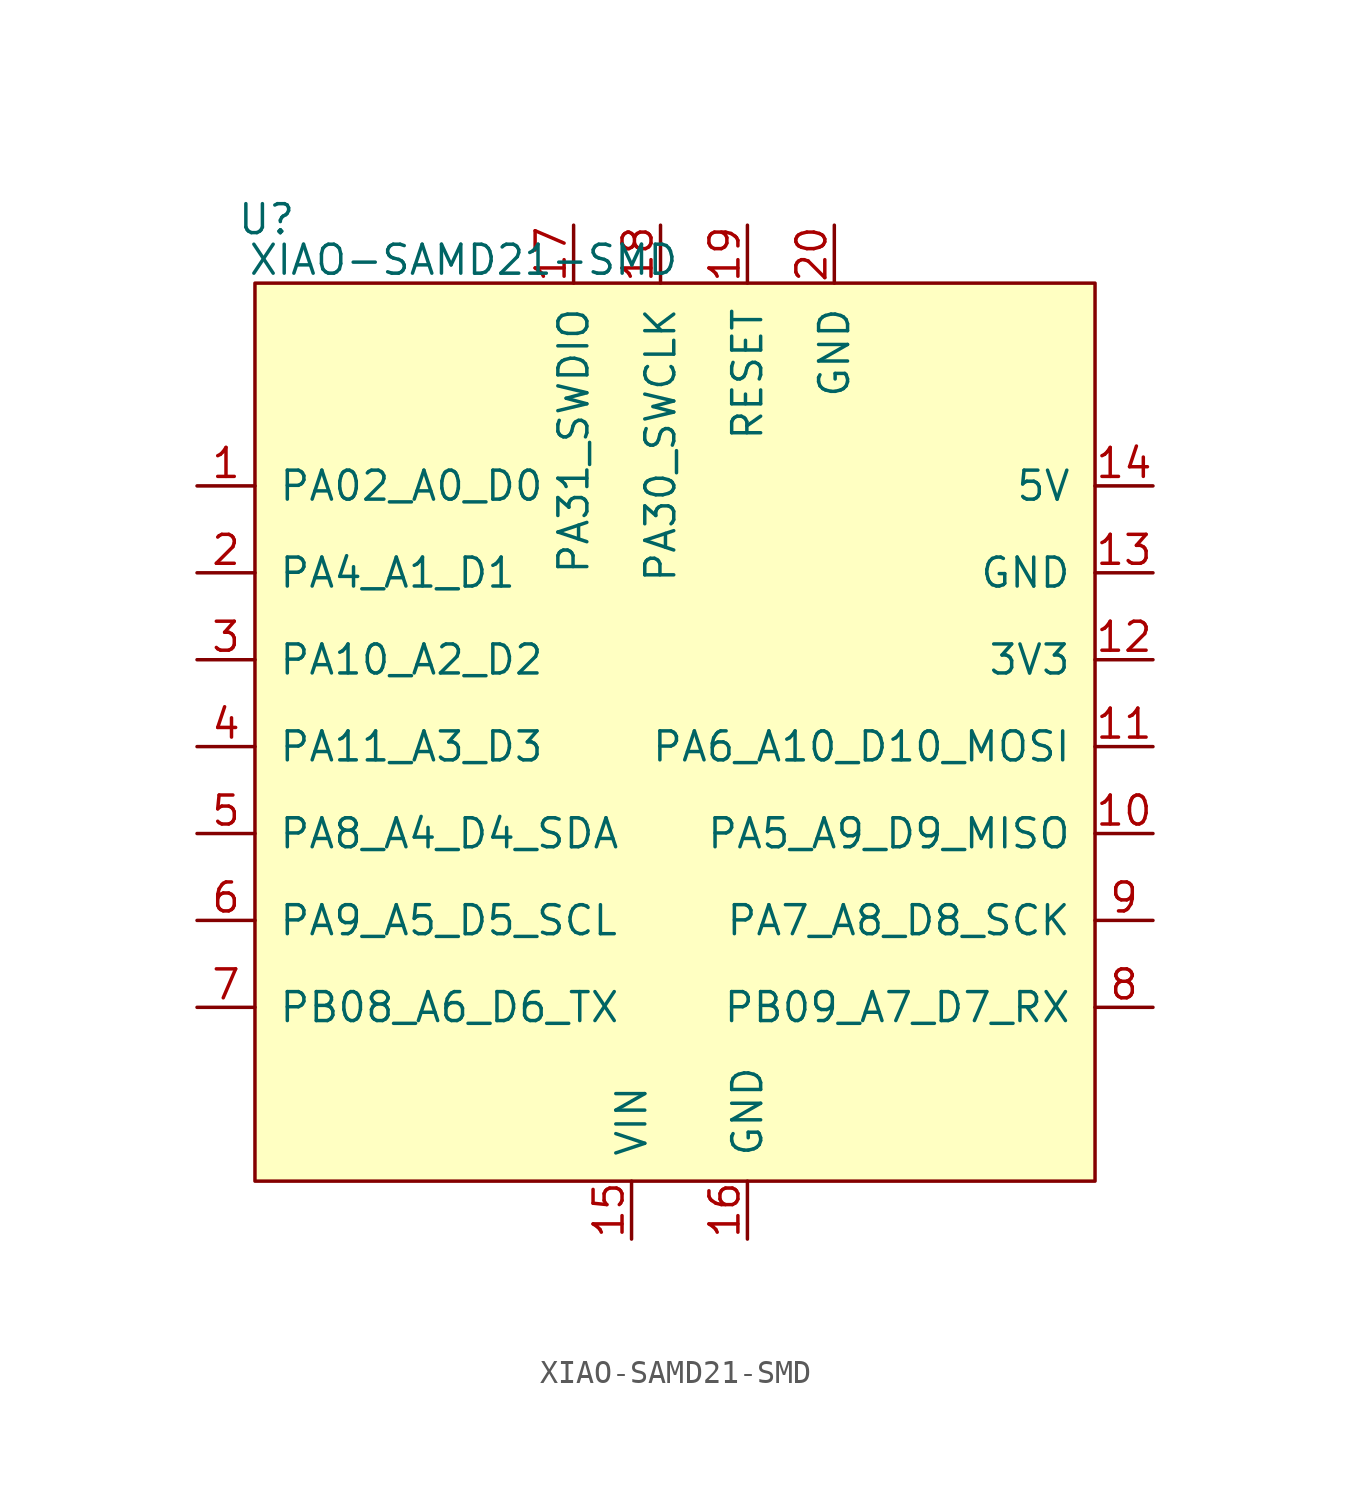
<source format=kicad_sym>
(kicad_symbol_lib
  (version 20231120)
  (generator "kicad_symbol_editor")
  (generator_version "8.0")
  (symbol "XIAO-SAMD21-SMD"
    (pin_names
      (offset 1.016))
    (property "Reference" "U"
      (at -18.542 23.114 0)
      (effects (font (size 1.27 1.27))))
    (property "Value" "XIAO-SAMD21-SMD"
      (at -9.906 21.336 0)
      (effects (font (size 1.27 1.27))))
    (symbol "XIAO-SAMD21-SMD_1_1"
      (rectangle (start -19.05 20.32) (end 17.78 -19.05) (stroke (width 0) (type default)) (fill (type background)))
      (pin passive line (at -21.59 11.43 0) (length 2.54) (name "PA02_A0_D0" (effects (font (size 1.27 1.27)))) (number "1" (effects (font (size 1.27 1.27)))))
      (pin passive line (at 20.32 -3.81 180) (length 2.54) (name "PA5_A9_D9_MISO" (effects (font (size 1.27 1.27)))) (number "10" (effects (font (size 1.27 1.27)))))
      (pin passive line (at 20.32 0 180) (length 2.54) (name "PA6_A10_D10_MOSI" (effects (font (size 1.27 1.27)))) (number "11" (effects (font (size 1.27 1.27)))))
      (pin passive line (at 20.32 3.81 180) (length 2.54) (name "3V3" (effects (font (size 1.27 1.27)))) (number "12" (effects (font (size 1.27 1.27)))))
      (pin passive line (at 20.32 7.62 180) (length 2.54) (name "GND" (effects (font (size 1.27 1.27)))) (number "13" (effects (font (size 1.27 1.27)))))
      (pin passive line (at 20.32 11.43 180) (length 2.54) (name "5V" (effects (font (size 1.27 1.27)))) (number "14" (effects (font (size 1.27 1.27)))))
      (pin passive line (at -2.54 -21.59 90) (length 2.54) (name "VIN" (effects (font (size 1.27 1.27)))) (number "15" (effects (font (size 1.27 1.27)))))
      (pin passive line (at 2.54 -21.59 90) (length 2.54) (name "GND" (effects (font (size 1.27 1.27)))) (number "16" (effects (font (size 1.27 1.27)))))
      (pin passive line (at -5.08 22.86 270) (length 2.54) (name "PA31_SWDIO" (effects (font (size 1.27 1.27)))) (number "17" (effects (font (size 1.27 1.27)))))
      (pin passive line (at -1.27 22.86 270) (length 2.54) (name "PA30_SWCLK" (effects (font (size 1.27 1.27)))) (number "18" (effects (font (size 1.27 1.27)))))
      (pin passive line (at 2.54 22.86 270) (length 2.54) (name "RESET" (effects (font (size 1.27 1.27)))) (number "19" (effects (font (size 1.27 1.27)))))
      (pin passive line (at -21.59 7.62 0) (length 2.54) (name "PA4_A1_D1" (effects (font (size 1.27 1.27)))) (number "2" (effects (font (size 1.27 1.27)))))
      (pin passive line (at 6.35 22.86 270) (length 2.54) (name "GND" (effects (font (size 1.27 1.27)))) (number "20" (effects (font (size 1.27 1.27)))))
      (pin passive line (at -21.59 3.81 0) (length 2.54) (name "PA10_A2_D2" (effects (font (size 1.27 1.27)))) (number "3" (effects (font (size 1.27 1.27)))))
      (pin passive line (at -21.59 0 0) (length 2.54) (name "PA11_A3_D3" (effects (font (size 1.27 1.27)))) (number "4" (effects (font (size 1.27 1.27)))))
      (pin passive line (at -21.59 -3.81 0) (length 2.54) (name "PA8_A4_D4_SDA" (effects (font (size 1.27 1.27)))) (number "5" (effects (font (size 1.27 1.27)))))
      (pin passive line (at -21.59 -7.62 0) (length 2.54) (name "PA9_A5_D5_SCL" (effects (font (size 1.27 1.27)))) (number "6" (effects (font (size 1.27 1.27)))))
      (pin passive line (at -21.59 -11.43 0) (length 2.54) (name "PB08_A6_D6_TX" (effects (font (size 1.27 1.27)))) (number "7" (effects (font (size 1.27 1.27)))))
      (pin passive line (at 20.32 -11.43 180) (length 2.54) (name "PB09_A7_D7_RX" (effects (font (size 1.27 1.27)))) (number "8" (effects (font (size 1.27 1.27)))))
      (pin passive line (at 20.32 -7.62 180) (length 2.54) (name "PA7_A8_D8_SCK" (effects (font (size 1.27 1.27)))) (number "9" (effects (font (size 1.27 1.27))))))))
</source>
